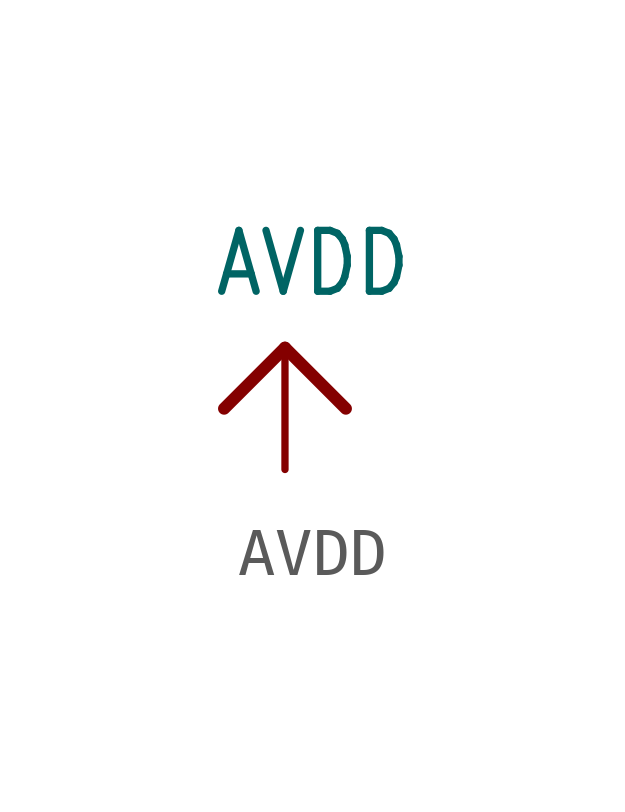
<source format=kicad_sym>
(kicad_symbol_lib
  (version 20220914)
  (generator kicad_symbol_editor)
  (symbol "AVDD"
    (power)
    (property "Reference" ""
      (at 0 0 0)
      (effects (font (size 1.27 1.27)) hide))
    (property "Value" "AVDD"
      (at -1.524 1.016 0)
      (effects (font (size 1.27 1.079)) (justify left bottom)))
    (property "ki_locked" ""
      (at 0 0 0)
      (effects (font (size 1.27 1.27))))
    (symbol "AVDD_1_0"
      (polyline (pts (xy -1.27 -1.27) (xy 0 0)) (stroke (width 0.254) (type solid)) (fill (type none)))
      (polyline (pts (xy 0 0) (xy 1.27 -1.27)) (stroke (width 0.254) (type solid)) (fill (type none)))
      (pin power_in line (at 0 -2.54 90) (length 2.54) (name "AVDD" (effects (font (size 0 0)))) (number "1" (effects (font (size 0 0))))))))
</source>
